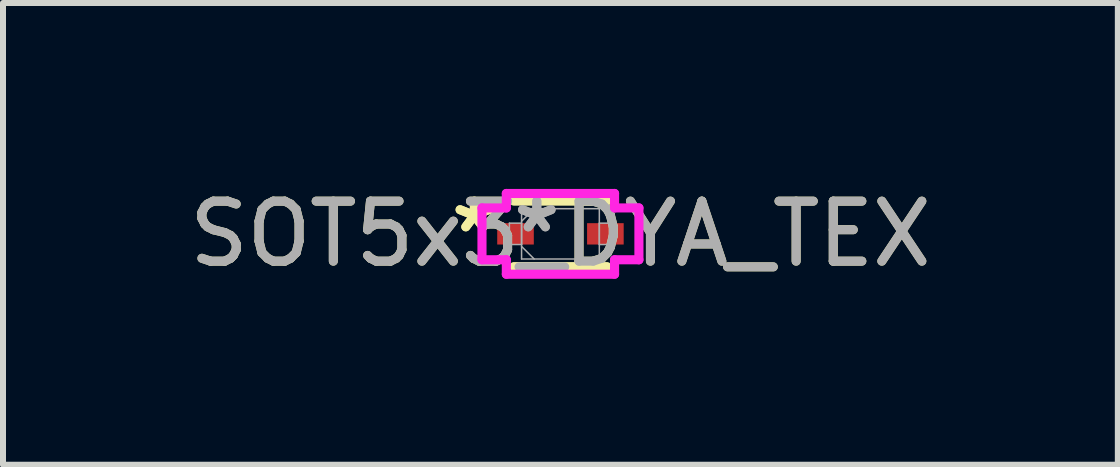
<source format=kicad_pcb>
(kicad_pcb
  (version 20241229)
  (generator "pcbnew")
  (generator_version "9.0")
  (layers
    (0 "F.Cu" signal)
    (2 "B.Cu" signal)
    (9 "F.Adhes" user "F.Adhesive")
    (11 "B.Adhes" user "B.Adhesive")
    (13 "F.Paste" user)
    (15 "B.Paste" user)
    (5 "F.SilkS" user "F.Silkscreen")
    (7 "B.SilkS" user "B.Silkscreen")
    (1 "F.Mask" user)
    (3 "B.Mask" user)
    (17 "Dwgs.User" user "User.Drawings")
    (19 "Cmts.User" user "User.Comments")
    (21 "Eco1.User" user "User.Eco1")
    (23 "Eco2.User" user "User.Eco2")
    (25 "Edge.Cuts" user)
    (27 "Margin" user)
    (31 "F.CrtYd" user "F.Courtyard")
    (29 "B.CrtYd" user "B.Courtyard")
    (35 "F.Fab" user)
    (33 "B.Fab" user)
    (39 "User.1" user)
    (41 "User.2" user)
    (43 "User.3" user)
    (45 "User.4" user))
  (footprint "SOT5x3_DYA_TEX"
    (layer "F.Cu")
    (at 6.292 0.848)
    (property "Reference" "SOT5x3_DYA_TEX" (at 0 0 0) (unlocked yes) (layer "F.SilkS") (effects (font (size 1 1) (thickness 0.15))))
    (attr smd)
    (fp_line (start -0.775 0.546) (end 0.775 0.546) (stroke (width 0.152) (type solid)) (layer "F.SilkS"))
    (fp_line (start 0.775 -0.546) (end -0.775 -0.546) (stroke (width 0.152) (type solid)) (layer "F.SilkS"))
    (fp_line (start -1.308 -0.432) (end -0.902 -0.432) (stroke (width 0.152) (type solid)) (layer "F.CrtYd"))
    (fp_line (start -1.308 0.432) (end -1.308 -0.432) (stroke (width 0.152) (type solid)) (layer "F.CrtYd"))
    (fp_line (start -0.902 -0.673) (end 0.902 -0.673) (stroke (width 0.152) (type solid)) (layer "F.CrtYd"))
    (fp_line (start -0.902 -0.432) (end -0.902 -0.673) (stroke (width 0.152) (type solid)) (layer "F.CrtYd"))
    (fp_line (start -0.902 0.432) (end -1.308 0.432) (stroke (width 0.152) (type solid)) (layer "F.CrtYd"))
    (fp_line (start -0.902 0.673) (end -0.902 0.432) (stroke (width 0.152) (type solid)) (layer "F.CrtYd"))
    (fp_line (start 0.902 -0.673) (end 0.902 -0.432) (stroke (width 0.152) (type solid)) (layer "F.CrtYd"))
    (fp_line (start 0.902 -0.432) (end 1.308 -0.432) (stroke (width 0.152) (type solid)) (layer "F.CrtYd"))
    (fp_line (start 0.902 0.432) (end 0.902 0.673) (stroke (width 0.152) (type solid)) (layer "F.CrtYd"))
    (fp_line (start 0.902 0.673) (end -0.902 0.673) (stroke (width 0.152) (type solid)) (layer "F.CrtYd"))
    (fp_line (start 1.308 -0.432) (end 1.308 0.432) (stroke (width 0.152) (type solid)) (layer "F.CrtYd"))
    (fp_line (start 1.308 0.432) (end 0.902 0.432) (stroke (width 0.152) (type solid)) (layer "F.CrtYd"))
    (fp_line (start -0.851 -0.178) (end -0.851 0.178) (stroke (width 0.025) (type solid)) (layer "F.Fab"))
    (fp_line (start -0.851 0.178) (end -0.648 0.178) (stroke (width 0.025) (type solid)) (layer "F.Fab"))
    (fp_line (start -0.648 -0.419) (end -0.648 0.419) (stroke (width 0.025) (type solid)) (layer "F.Fab"))
    (fp_line (start -0.648 -0.21) (end -0.438 -0.419) (stroke (width 0.025) (type solid)) (layer "F.Fab"))
    (fp_line (start -0.648 -0.178) (end -0.851 -0.178) (stroke (width 0.025) (type solid)) (layer "F.Fab"))
    (fp_line (start -0.648 0.178) (end -0.648 -0.178) (stroke (width 0.025) (type solid)) (layer "F.Fab"))
    (fp_line (start -0.648 0.21) (end -0.438 0.419) (stroke (width 0.025) (type solid)) (layer "F.Fab"))
    (fp_line (start -0.648 0.419) (end 0.648 0.419) (stroke (width 0.025) (type solid)) (layer "F.Fab"))
    (fp_line (start 0.648 -0.419) (end -0.648 -0.419) (stroke (width 0.025) (type solid)) (layer "F.Fab"))
    (fp_line (start 0.648 -0.178) (end 0.648 0.178) (stroke (width 0.025) (type solid)) (layer "F.Fab"))
    (fp_line (start 0.648 0.178) (end 0.851 0.178) (stroke (width 0.025) (type solid)) (layer "F.Fab"))
    (fp_line (start 0.648 0.419) (end 0.648 -0.419) (stroke (width 0.025) (type solid)) (layer "F.Fab"))
    (fp_line (start 0.851 -0.178) (end 0.648 -0.178) (stroke (width 0.025) (type solid)) (layer "F.Fab"))
    (fp_line (start 0.851 0.178) (end 0.851 -0.178) (stroke (width 0.025) (type solid)) (layer "F.Fab"))
    (fp_text user "*" (at -1.435 0 0) (unlocked yes) (layer "F.SilkS") (effects (font (size 1 1) (thickness 0.15))))
    (fp_text user "*" (at -1.435 0 0) (layer "F.SilkS") (effects (font (size 1 1) (thickness 0.15))))
    (fp_text user "*" (at -0.394 0 0) (unlocked yes) (layer "F.Fab") (effects (font (size 1 1) (thickness 0.15))))
    (fp_text user "*" (at -0.394 0 0) (layer "F.Fab") (effects (font (size 1 1) (thickness 0.15))))
    (fp_text user "${REFERENCE}" (at 0 0 0) (unlocked yes) (layer "F.Fab") (effects (font (size 1 1) (thickness 0.15))))
    (pad "1" smd rect (at -0.749 0) (size 0.61 0.356) (layers "F.Cu" "F.Mask" "F.Paste"))
    (pad "2" smd rect (at 0.749 0) (size 0.61 0.356) (layers "F.Cu" "F.Mask" "F.Paste"))
    (zone (net_name "") (layer "F.Cu") (hatch full 0.508) (connect_pads) (min_thickness 0.254) (filled_areas_thickness no) (keepout (tracks not_allowed) (vias not_allowed) (pads allowed) (copperpour not_allowed) (footprints allowed)) (placement (enabled no)) (fill) (polygon (pts (xy 5.898 0.48) (xy 6.685 0.48) (xy 6.685 1.217) (xy 5.898 1.217)))))
  (gr_rect
    (start -3 -3)
    (end 15.583 4.697)
    (stroke (width 0.1) (type default))
    (fill no)
    (layer "Edge.Cuts")))
</source>
